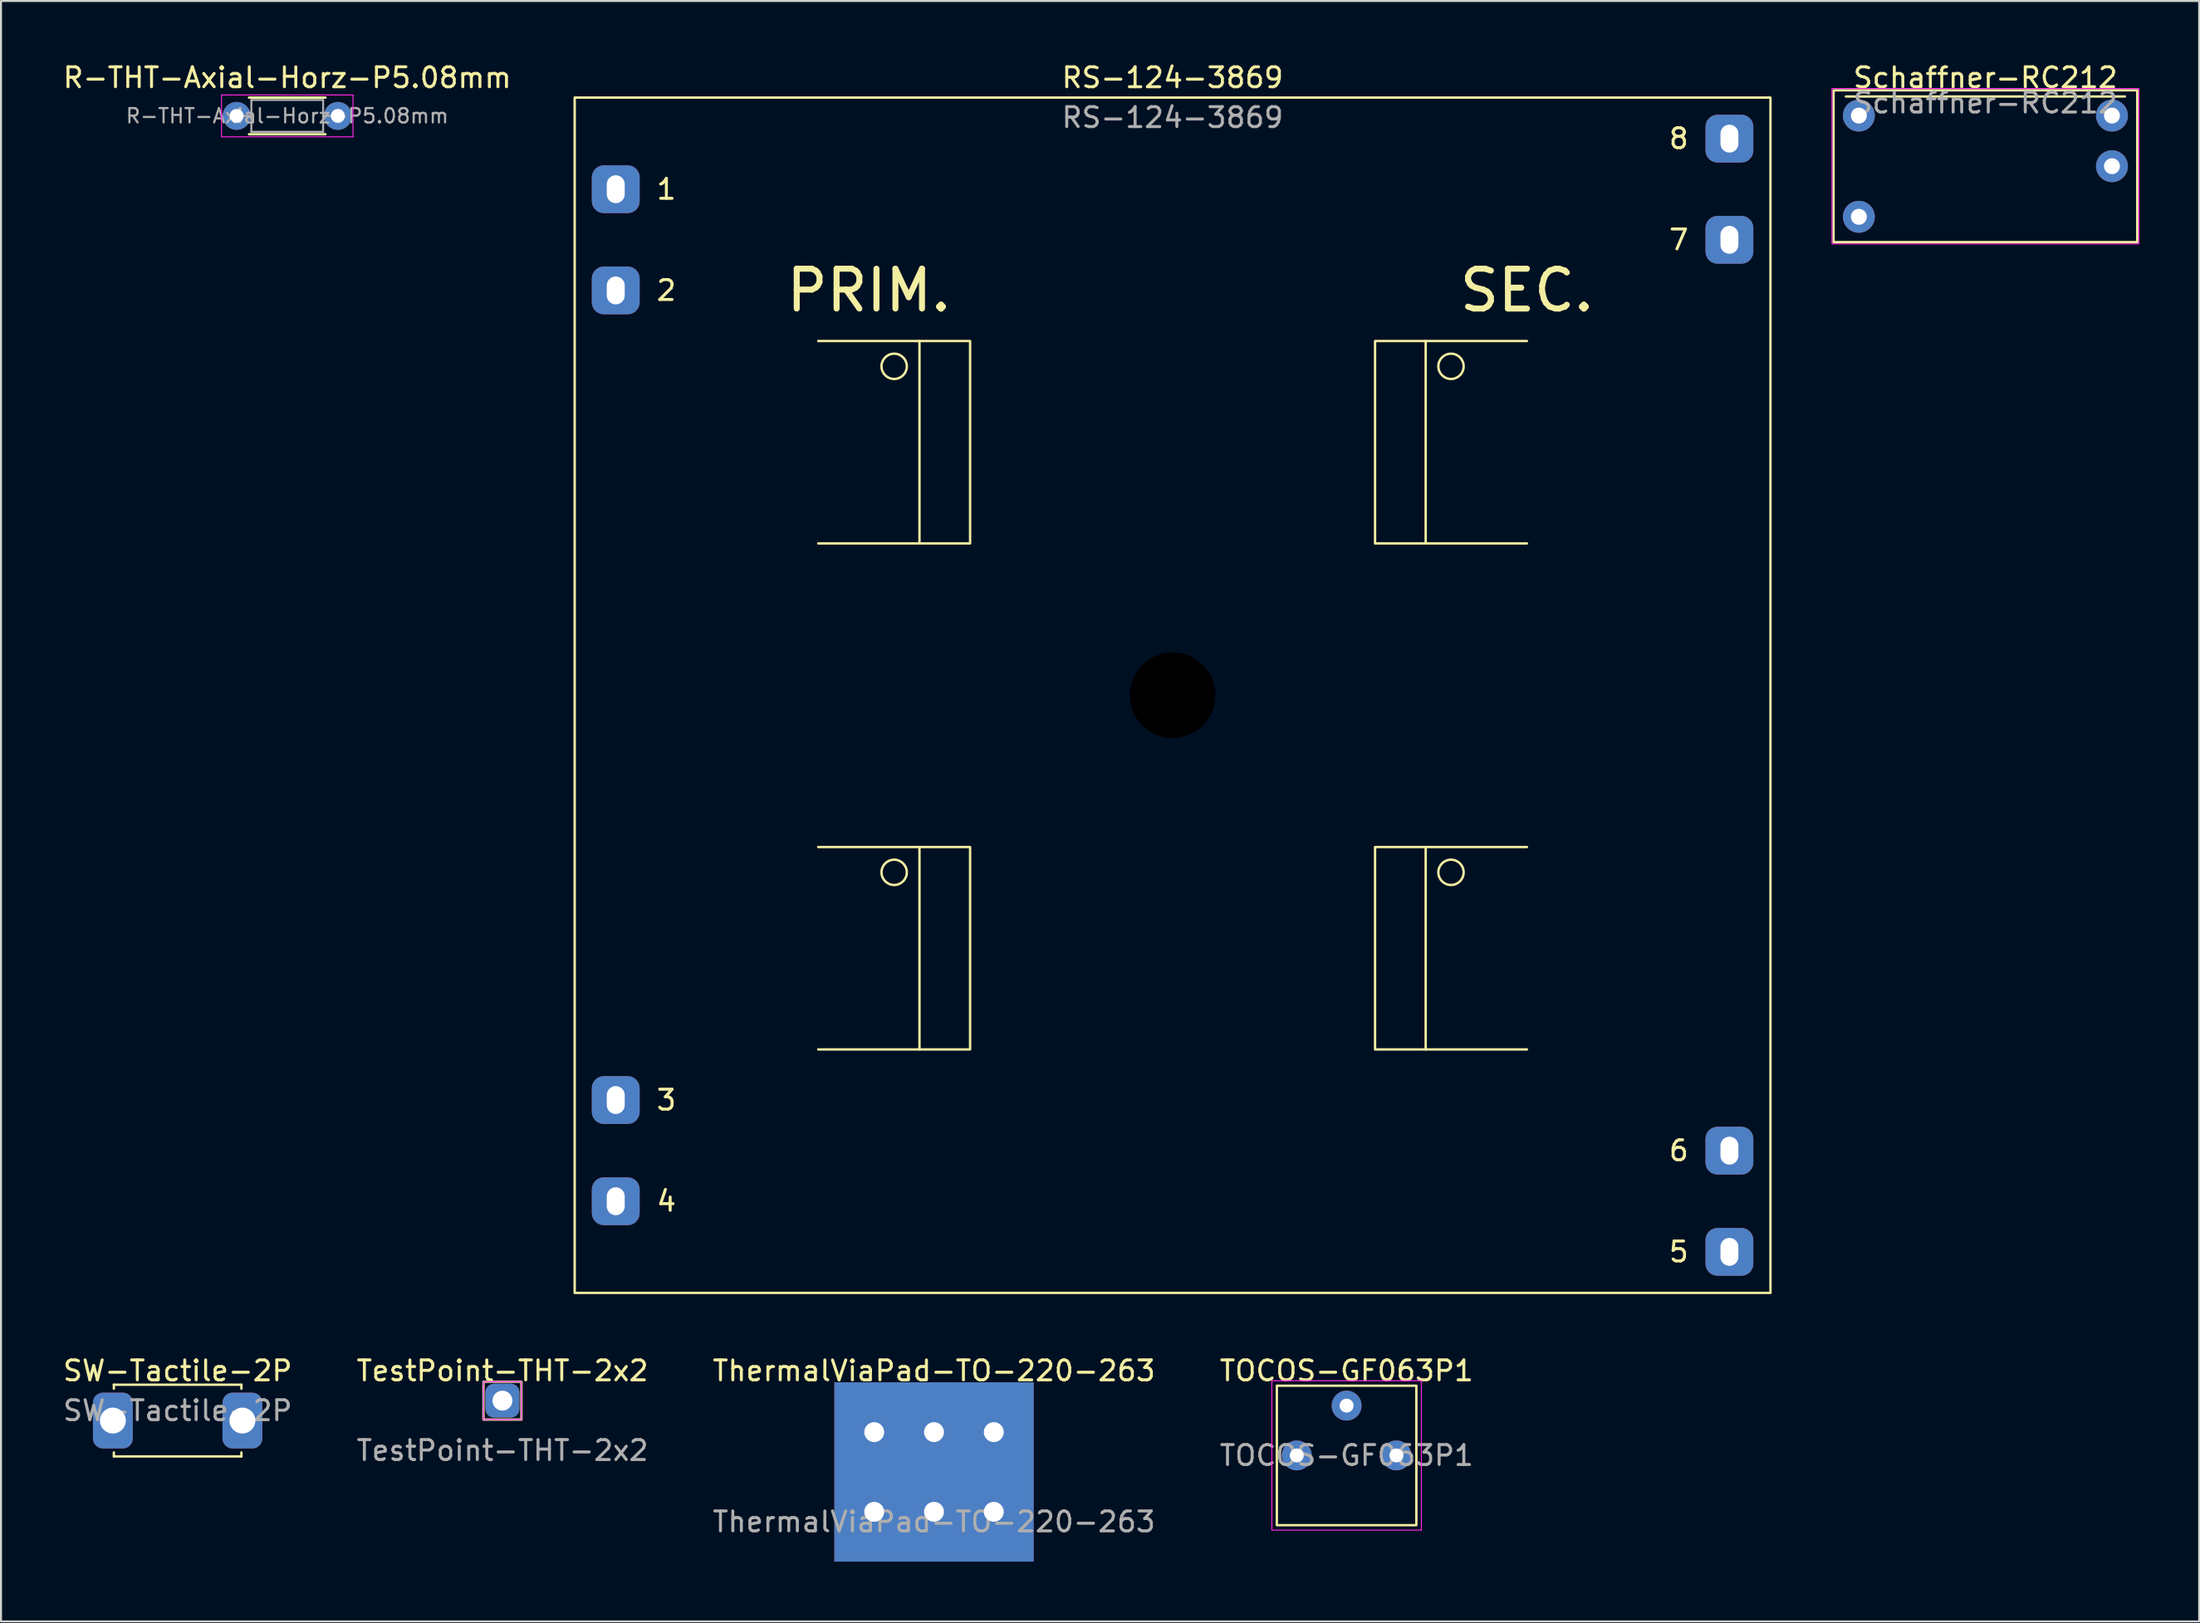
<source format=kicad_pcb>
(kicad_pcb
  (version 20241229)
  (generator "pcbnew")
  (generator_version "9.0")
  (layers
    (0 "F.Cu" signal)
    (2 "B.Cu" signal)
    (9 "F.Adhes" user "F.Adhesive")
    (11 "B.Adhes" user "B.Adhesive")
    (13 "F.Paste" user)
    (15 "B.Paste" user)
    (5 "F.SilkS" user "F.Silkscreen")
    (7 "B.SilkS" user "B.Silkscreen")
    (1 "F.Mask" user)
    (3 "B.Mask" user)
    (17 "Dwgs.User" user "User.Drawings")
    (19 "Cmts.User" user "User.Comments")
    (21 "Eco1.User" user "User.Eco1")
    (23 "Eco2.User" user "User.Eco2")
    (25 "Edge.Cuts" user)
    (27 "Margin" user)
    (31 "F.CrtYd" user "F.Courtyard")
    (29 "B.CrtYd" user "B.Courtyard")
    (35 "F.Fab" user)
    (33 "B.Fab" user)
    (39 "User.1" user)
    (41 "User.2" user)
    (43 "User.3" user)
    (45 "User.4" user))
  (footprint "ThermalViaPad-TO-220-263"
    (layer "F.Cu")
    (at 43.815 70.837)
    (property "Reference" "ThermalViaPad-TO-220-263" (at 0 -5.08 0) (unlocked yes) (layer "F.SilkS") (effects (font (size 1 1) (thickness 0.15))))
    (attr through_hole)
    (fp_text user "${REFERENCE}" (at 0 2.5 0) (unlocked yes) (layer "F.Fab") (effects (font (size 1 1) (thickness 0.15))))
    (pad "1" thru_hole circle (at -3 -2) (size 1.4 1.4) (drill 1) (layers "*.Cu" "*.Mask"))
    (pad "1" thru_hole circle (at -3 2) (size 1.4 1.4) (drill 1) (layers "*.Cu" "*.Mask"))
    (pad "1" thru_hole circle (at 0 -2) (size 1.4 1.4) (drill 1) (layers "*.Cu" "*.Mask"))
    (pad "1" smd rect (at 0 0) (size 10 9) (layers "F.Cu" "F.Mask" "F.Paste"))
    (pad "1" smd rect (at 0 0) (size 10 9) (layers "B.Cu" "B.Mask" "B.Paste"))
    (pad "1" thru_hole circle (at 0 2) (size 1.4 1.4) (drill 1) (layers "*.Cu" "*.Mask"))
    (pad "1" thru_hole circle (at 3 -2) (size 1.4 1.4) (drill 1) (layers "*.Cu" "*.Mask"))
    (pad "1" thru_hole circle (at 3 2) (size 1.4 1.4) (drill 1) (layers "*.Cu" "*.Mask")))
  (footprint "SW-Tactile-2P"
    (layer "F.Cu")
    (at 5.863 68.257)
    (property "Reference" "SW-Tactile-2P" (at 0 -2.5 0) (unlocked yes) (layer "F.SilkS") (effects (font (size 1 1) (thickness 0.15))))
    (attr through_hole)
    (fp_line (start -3.2 -1.8) (end 3.2 -1.8) (stroke (width 0.12) (type solid)) (layer "F.SilkS"))
    (fp_line (start -3.2 -1.6) (end -3.2 -1.8) (stroke (width 0.12) (type solid)) (layer "F.SilkS"))
    (fp_line (start -3.2 1.6) (end -3.2 1.8) (stroke (width 0.12) (type solid)) (layer "F.SilkS"))
    (fp_line (start -3.2 1.8) (end 3.2 1.8) (stroke (width 0.12) (type solid)) (layer "F.SilkS"))
    (fp_line (start 3.2 -1.8) (end 3.2 -1.6) (stroke (width 0.12) (type solid)) (layer "F.SilkS"))
    (fp_line (start 3.2 1.8) (end 3.2 1.6) (stroke (width 0.12) (type solid)) (layer "F.SilkS"))
    (fp_text user "${REFERENCE}" (at 0 -0.5 0) (unlocked yes) (layer "F.Fab") (effects (font (size 1 1) (thickness 0.15))))
    (pad "1" thru_hole roundrect (at -3.25 0) (size 2 2.8) (drill 1.3) (layers "*.Cu" "*.Mask") (roundrect_rratio 0.25))
    (pad "2" thru_hole roundrect (at 3.25 0) (size 2 2.8) (drill 1.3) (layers "*.Cu" "*.Mask") (roundrect_rratio 0.25)))
  (footprint "TOCOS-GF063P1"
    (layer "F.Cu")
    (at 64.518 70.007)
    (property "Reference" "TOCOS-GF063P1" (at 0 -4.25 0) (unlocked yes) (layer "F.SilkS") (effects (font (size 1 1) (thickness 0.15))))
    (attr through_hole)
    (fp_rect (start -3.5 -3.5) (end 3.5 3.5) (stroke (width 0.12) (type solid)) (fill no) (layer "F.SilkS"))
    (fp_rect (start -3.75 -3.75) (end 3.75 3.75) (stroke (width 0.05) (type solid)) (fill no) (layer "F.CrtYd"))
    (fp_text user "${REFERENCE}" (at 0 0 0) (unlocked yes) (layer "F.Fab") (effects (font (size 1 1) (thickness 0.15))))
    (pad "1" thru_hole circle (at -2.5 0) (size 1.5 1.5) (drill 0.7) (layers "*.Cu" "*.Mask"))
    (pad "2" thru_hole circle (at 0 -2.5) (size 1.5 1.5) (drill 0.7) (layers "*.Cu" "*.Mask"))
    (pad "3" thru_hole circle (at 2.5 0 90) (size 1.5 1.5) (drill 0.7) (layers "*.Cu" "*.Mask")))
  (footprint "RS-124-3869"
    (layer "F.Cu")
    (at 55.786 31.848)
    (property "Reference" "RS-124-3869" (at 0 -31 0) (unlocked yes) (layer "F.SilkS") (effects (font (size 1 1) (thickness 0.15))))
    (attr through_hole)
    (fp_line (start -17.78 -17.78) (end -12.7 -17.78) (stroke (width 0.12) (type solid)) (layer "F.SilkS"))
    (fp_line (start -17.78 7.62) (end -12.7 7.62) (stroke (width 0.12) (type solid)) (layer "F.SilkS"))
    (fp_line (start -12.7 -7.62) (end -17.78 -7.62) (stroke (width 0.12) (type solid)) (layer "F.SilkS"))
    (fp_line (start -12.7 17.78) (end -17.78 17.78) (stroke (width 0.12) (type solid)) (layer "F.SilkS"))
    (fp_line (start 12.7 -17.78) (end 17.78 -17.78) (stroke (width 0.12) (type solid)) (layer "F.SilkS"))
    (fp_line (start 12.7 -7.62) (end 17.78 -7.62) (stroke (width 0.12) (type solid)) (layer "F.SilkS"))
    (fp_line (start 12.7 7.62) (end 17.78 7.62) (stroke (width 0.12) (type solid)) (layer "F.SilkS"))
    (fp_line (start 12.7 17.78) (end 17.78 17.78) (stroke (width 0.12) (type solid)) (layer "F.SilkS"))
    (fp_rect (start -30 -30) (end 30 30) (stroke (width 0.12) (type solid)) (fill no) (layer "F.SilkS"))
    (fp_rect (start -12.7 -17.78) (end -10.16 -7.62) (stroke (width 0.12) (type solid)) (fill no) (layer "F.SilkS"))
    (fp_rect (start -12.7 7.62) (end -10.16 17.78) (stroke (width 0.12) (type solid)) (fill no) (layer "F.SilkS"))
    (fp_rect (start 10.16 -17.78) (end 12.7 -7.62) (stroke (width 0.12) (type solid)) (fill no) (layer "F.SilkS"))
    (fp_rect (start 10.16 7.62) (end 12.7 17.78) (stroke (width 0.12) (type solid)) (fill no) (layer "F.SilkS"))
    (fp_circle (center -13.97 -16.51) (end -13.335 -16.51) (stroke (width 0.12) (type solid)) (fill no) (layer "F.SilkS"))
    (fp_circle (center -13.97 8.89) (end -13.335 8.89) (stroke (width 0.12) (type solid)) (fill no) (layer "F.SilkS"))
    (fp_circle (center 13.97 -16.51) (end 14.605 -16.51) (stroke (width 0.12) (type solid)) (fill no) (layer "F.SilkS"))
    (fp_circle (center 13.97 8.89) (end 14.605 8.89) (stroke (width 0.12) (type solid)) (fill no) (layer "F.SilkS"))
    (fp_text user "PRIM." (at -15.24 -20.32 0) (unlocked yes) (layer "F.SilkS") (effects (font (size 2 2) (thickness 0.3))))
    (fp_text user "3" (at -25.4 20.32 0) (unlocked yes) (layer "F.SilkS") (effects (font (size 1 1) (thickness 0.15))))
    (fp_text user "6" (at 25.4 22.86 0) (unlocked yes) (layer "F.SilkS") (effects (font (size 1 1) (thickness 0.15))))
    (fp_text user "8" (at 25.4 -27.94 0) (unlocked yes) (layer "F.SilkS") (effects (font (size 1 1) (thickness 0.15))))
    (fp_text user "5" (at 25.4 27.94 0) (unlocked yes) (layer "F.SilkS") (effects (font (size 1 1) (thickness 0.15))))
    (fp_text user "7" (at 25.4 -22.86 0) (unlocked yes) (layer "F.SilkS") (effects (font (size 1 1) (thickness 0.15))))
    (fp_text user "SEC." (at 17.78 -20.32 0) (unlocked yes) (layer "F.SilkS") (effects (font (size 2 2) (thickness 0.3))))
    (fp_text user "2" (at -25.4 -20.32 0) (unlocked yes) (layer "F.SilkS") (effects (font (size 1 1) (thickness 0.15))))
    (fp_text user "4" (at -25.4 25.4 0) (unlocked yes) (layer "F.SilkS") (effects (font (size 1 1) (thickness 0.15))))
    (fp_text user "1" (at -25.4 -25.4 0) (unlocked yes) (layer "F.SilkS") (effects (font (size 1 1) (thickness 0.15))))
    (fp_text user "${REFERENCE}" (at 0 -29 0) (unlocked yes) (layer "F.Fab") (effects (font (size 1 1) (thickness 0.15))))
    (pad "" np_thru_hole circle (at 0 0) (size 4.3 4.3) (drill 4.3) (layers "*.Mask"))
    (pad "1" thru_hole roundrect (at -27.94 -25.4) (size 2.4 2.4) (drill oval 0.9 1.4) (layers "*.Cu" "*.Mask") (roundrect_rratio 0.25))
    (pad "2" thru_hole roundrect (at -27.94 -20.32) (size 2.4 2.4) (drill oval 0.9 1.4) (layers "*.Cu" "*.Mask") (roundrect_rratio 0.25))
    (pad "3" thru_hole roundrect (at -27.94 20.32) (size 2.4 2.4) (drill oval 0.9 1.4) (layers "*.Cu" "*.Mask") (roundrect_rratio 0.25))
    (pad "4" thru_hole roundrect (at -27.94 25.4) (size 2.4 2.4) (drill oval 0.9 1.4) (layers "*.Cu" "*.Mask") (roundrect_rratio 0.25))
    (pad "5" thru_hole roundrect (at 27.94 27.94) (size 2.4 2.4) (drill oval 0.9 1.4) (layers "*.Cu" "*.Mask") (roundrect_rratio 0.25))
    (pad "6" thru_hole roundrect (at 27.94 22.86) (size 2.4 2.4) (drill oval 0.9 1.4) (layers "*.Cu" "*.Mask") (roundrect_rratio 0.25))
    (pad "7" thru_hole roundrect (at 27.94 -22.86) (size 2.4 2.4) (drill oval 0.9 1.4) (layers "*.Cu" "*.Mask") (roundrect_rratio 0.25))
    (pad "8" thru_hole roundrect (at 27.94 -27.94) (size 2.4 2.4) (drill oval 0.9 1.4) (layers "*.Cu" "*.Mask") (roundrect_rratio 0.25)))
  (footprint "Schaffner-RC212"
    (layer "F.Cu")
    (at 96.571 5.293)
    (property "Reference" "Schaffner-RC212" (at 0 -4.445 0) (unlocked yes) (layer "F.SilkS") (effects (font (size 1 1) (thickness 0.15))))
    (attr through_hole)
    (fp_line (start -7 -3.5) (end 7 -3.5) (stroke (width 0.12) (type solid)) (layer "F.SilkS"))
    (fp_rect (start -7.62 -3.81) (end 7.62 3.81) (stroke (width 0.12) (type solid)) (fill no) (layer "F.SilkS"))
    (fp_rect (start -7.7 -3.9) (end 7.7 3.9) (stroke (width 0.05) (type solid)) (fill no) (layer "F.CrtYd"))
    (fp_text user "${REFERENCE}" (at 0 -3.175 0) (unlocked yes) (layer "F.Fab") (effects (font (size 1 1) (thickness 0.15))))
    (pad "1" thru_hole circle (at -6.35 -2.54) (size 1.6 1.6) (drill 0.8) (layers "*.Cu" "*.Mask"))
    (pad "2" thru_hole circle (at -6.35 2.54) (size 1.6 1.6) (drill 0.8) (layers "*.Cu" "*.Mask"))
    (pad "3" thru_hole circle (at 6.35 -2.54) (size 1.6 1.6) (drill 0.8) (layers "*.Cu" "*.Mask"))
    (pad "4" thru_hole circle (at 6.35 0) (size 1.6 1.6) (drill 0.8) (layers "*.Cu" "*.Mask")))
  (footprint "R-THT-Axial-Horz-P5.08mm"
    (layer "F.Cu")
    (at 11.363 2.768)
    (property "Reference" "R-THT-Axial-Horz-P5.08mm" (at 0 -1.92 0) (layer "F.SilkS") (effects (font (size 1 1) (thickness 0.15))))
    (attr through_hole)
    (fp_line (start -1.92 -0.92) (end 1.92 -0.92) (stroke (width 0.12) (type solid)) (layer "F.SilkS"))
    (fp_line (start -1.92 0.92) (end 1.92 0.92) (stroke (width 0.12) (type solid)) (layer "F.SilkS"))
    (fp_line (start -3.3 -1.05) (end -3.3 1.05) (stroke (width 0.05) (type solid)) (layer "F.CrtYd"))
    (fp_line (start -3.3 1.05) (end 3.3 1.05) (stroke (width 0.05) (type solid)) (layer "F.CrtYd"))
    (fp_line (start 3.3 -1.05) (end -3.3 -1.05) (stroke (width 0.05) (type solid)) (layer "F.CrtYd"))
    (fp_line (start 3.3 1.05) (end 3.3 -1.05) (stroke (width 0.05) (type solid)) (layer "F.CrtYd"))
    (fp_line (start -2.54 0) (end -1.8 0) (stroke (width 0.1) (type solid)) (layer "F.Fab"))
    (fp_line (start -1.8 -0.8) (end -1.8 0.8) (stroke (width 0.1) (type solid)) (layer "F.Fab"))
    (fp_line (start -1.8 0.8) (end 1.8 0.8) (stroke (width 0.1) (type solid)) (layer "F.Fab"))
    (fp_line (start 1.8 -0.8) (end -1.8 -0.8) (stroke (width 0.1) (type solid)) (layer "F.Fab"))
    (fp_line (start 1.8 0.8) (end 1.8 -0.8) (stroke (width 0.1) (type solid)) (layer "F.Fab"))
    (fp_line (start 2.54 0) (end 1.8 0) (stroke (width 0.1) (type solid)) (layer "F.Fab"))
    (fp_text user "${REFERENCE}" (at 0 0 0) (layer "F.Fab") (effects (font (size 0.72 0.72) (thickness 0.108))))
    (pad "1" thru_hole circle (at -2.54 0) (size 1.4 1.4) (drill 0.7) (layers "*.Cu" "*.Mask"))
    (pad "2" thru_hole circle (at 2.54 0) (size 1.4 1.4) (drill 0.7) (layers "*.Cu" "*.Mask")))
  (footprint "TestPoint-THT-2x2"
    (layer "F.Cu")
    (at 22.161 67.257)
    (property "Reference" "TestPoint-THT-2x2" (at 0 -1.5 0) (unlocked yes) (layer "F.SilkS") (effects (font (size 1 1) (thickness 0.15))))
    (attr through_hole)
    (fp_rect (start -0.95 -0.95) (end 0.95 0.95) (stroke (width 0.12) (type solid)) (fill no) (layer "F.SilkS"))
    (fp_rect (start -0.95 -0.95) (end 0.95 0.95) (stroke (width 0.05) (type solid)) (fill no) (layer "F.CrtYd"))
    (fp_text user "${REFERENCE}" (at 0 2.5 0) (unlocked yes) (layer "F.Fab") (effects (font (size 1 1) (thickness 0.15))))
    (pad "1" thru_hole roundrect (at 0 0) (size 1.7 1.7) (drill 1) (layers "*.Cu" "*.Mask") (roundrect_rratio 0.25)))
  (gr_rect
    (start -3 -3)
    (end 107.296 78.337)
    (stroke (width 0.1) (type default))
    (fill no)
    (layer "Edge.Cuts")))
</source>
